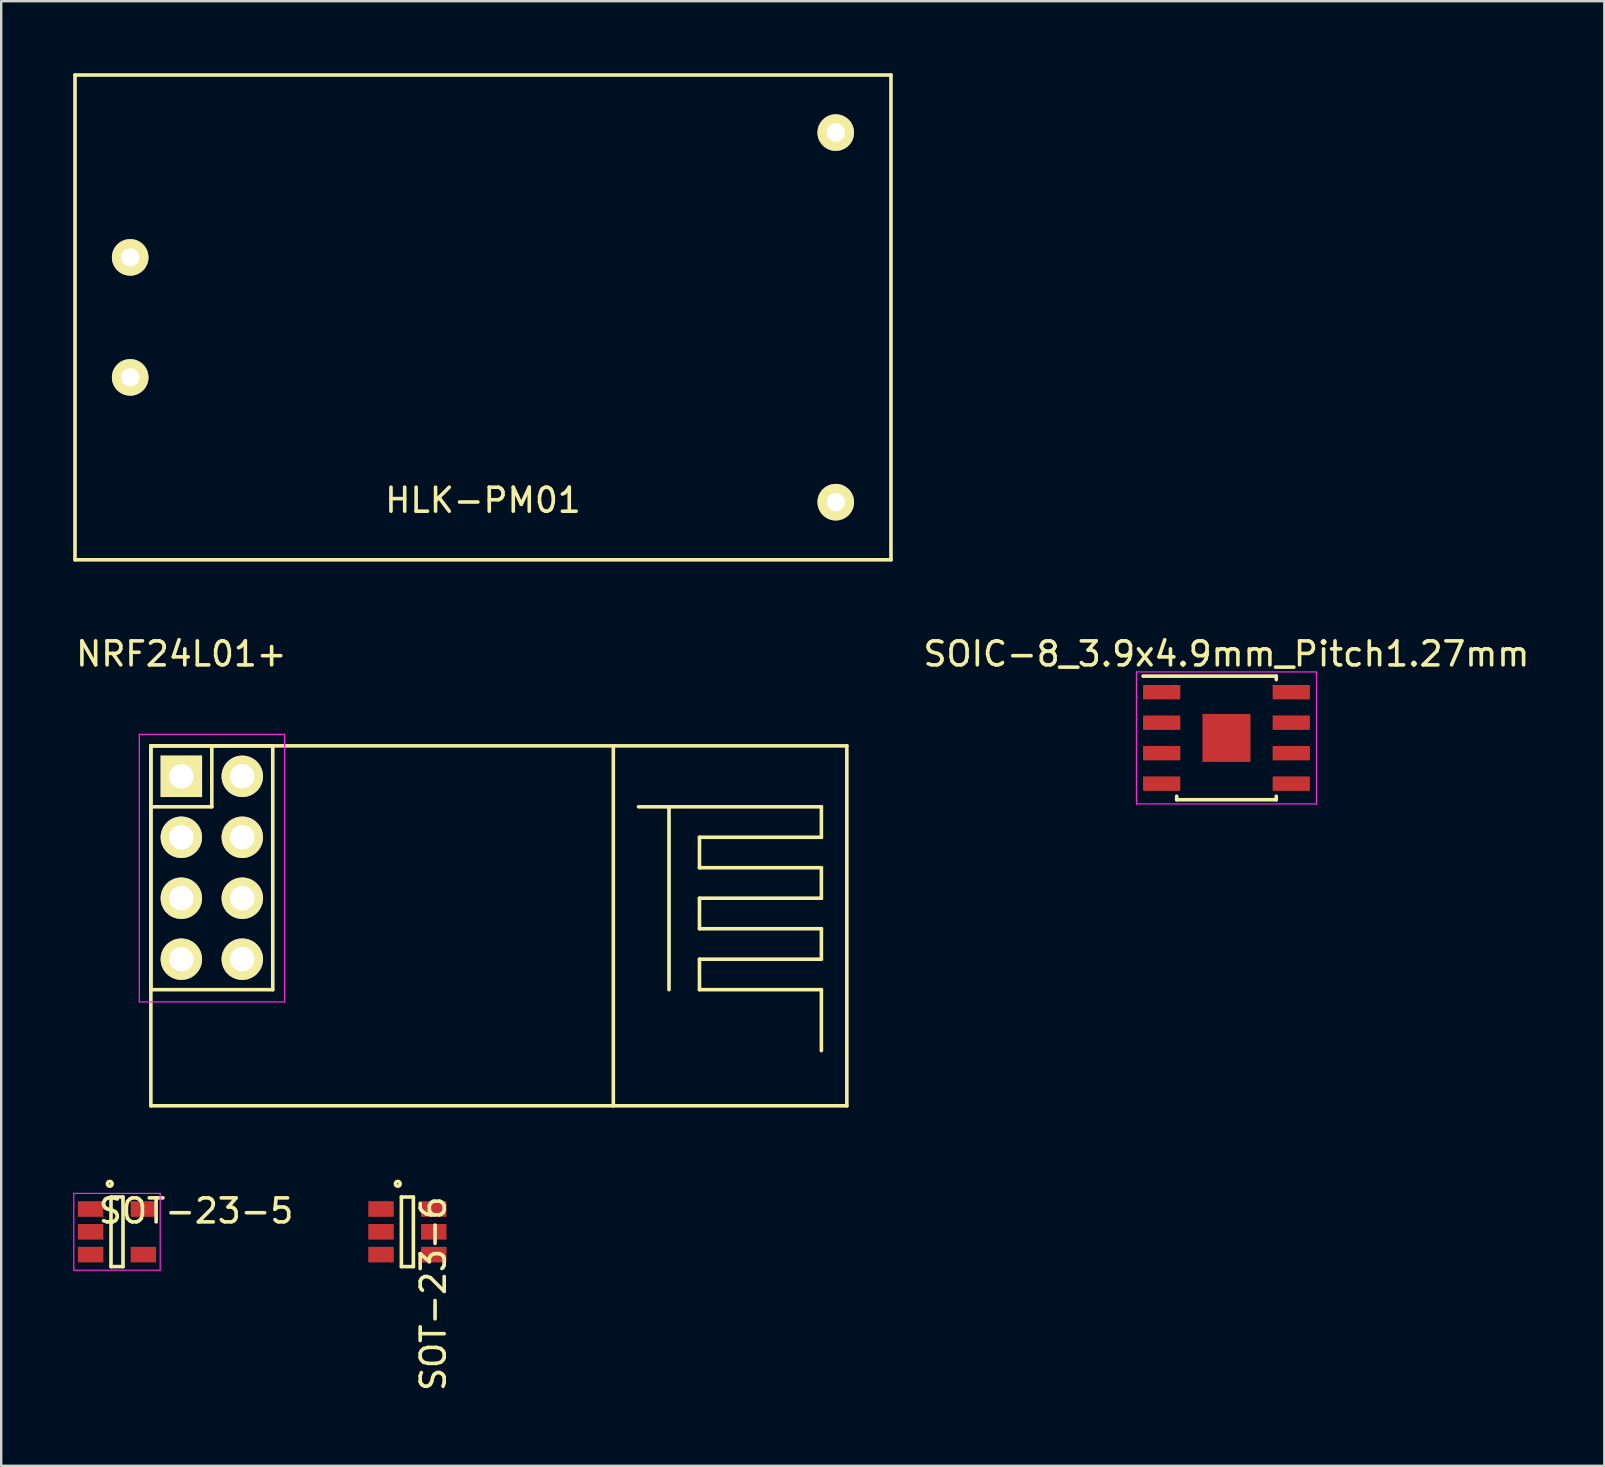
<source format=kicad_pcb>
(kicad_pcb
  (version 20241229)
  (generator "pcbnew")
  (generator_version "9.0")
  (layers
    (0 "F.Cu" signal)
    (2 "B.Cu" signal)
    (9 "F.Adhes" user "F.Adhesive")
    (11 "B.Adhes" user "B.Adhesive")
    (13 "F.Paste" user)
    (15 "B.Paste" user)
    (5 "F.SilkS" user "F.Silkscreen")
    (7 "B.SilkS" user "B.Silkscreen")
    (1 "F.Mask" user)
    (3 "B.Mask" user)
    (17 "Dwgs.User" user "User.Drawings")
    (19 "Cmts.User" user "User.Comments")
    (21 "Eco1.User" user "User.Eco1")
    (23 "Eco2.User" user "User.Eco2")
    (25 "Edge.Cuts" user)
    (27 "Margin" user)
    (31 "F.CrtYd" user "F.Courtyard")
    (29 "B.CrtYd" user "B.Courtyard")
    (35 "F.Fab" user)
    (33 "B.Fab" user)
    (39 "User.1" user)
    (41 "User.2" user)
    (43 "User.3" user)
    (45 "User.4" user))
  (footprint "HLK-PM01"
    (layer "F.Cu")
    (at 17.075 10.175)
    (property "Reference" "HLK-PM01" (at 0 7.62 0) (layer "F.SilkS") (effects (font (size 1 1) (thickness 0.15))))
    (attr through_hole)
    (fp_line (start -17 -10.1) (end -17 10.1) (stroke (width 0.15) (type solid)) (layer "F.SilkS"))
    (fp_line (start -17 -10.1) (end 17 -10.1) (stroke (width 0.15) (type solid)) (layer "F.SilkS"))
    (fp_line (start -17 10.1) (end 17 10.1) (stroke (width 0.15) (type solid)) (layer "F.SilkS"))
    (fp_line (start 17 -10.1) (end 17 10.1) (stroke (width 0.15) (type solid)) (layer "F.SilkS"))
    (pad "1" thru_hole circle (at -14.7 -2.5) (size 1.524 1.524) (drill 0.762) (layers "*.Cu" "*.Mask" "F.SilkS"))
    (pad "2" thru_hole circle (at -14.7 2.5) (size 1.524 1.524) (drill 0.762) (layers "*.Cu" "*.Mask" "F.SilkS"))
    (pad "3" thru_hole circle (at 14.7 -7.7) (size 1.524 1.524) (drill 0.762) (layers "*.Cu" "*.Mask" "F.SilkS"))
    (pad "4" thru_hole circle (at 14.7 7.7) (size 1.524 1.524) (drill 0.762) (layers "*.Cu" "*.Mask" "F.SilkS")))
  (footprint "SOIC-8_3.9x4.9mm_Pitch1.27mm"
    (layer "F.Cu")
    (at 48.055 27.698)
    (property "Reference" "SOIC-8_3.9x4.9mm_Pitch1.27mm" (at 0 -3.5 0) (layer "F.SilkS") (effects (font (size 1 1) (thickness 0.15))))
    (attr smd)
    (fp_line (start -3.475 -2.575) (end 2.075 -2.575) (stroke (width 0.15) (type solid)) (layer "F.SilkS"))
    (fp_line (start -2.075 2.575) (end -2.075 2.43) (stroke (width 0.15) (type solid)) (layer "F.SilkS"))
    (fp_line (start -2.075 2.575) (end 2.075 2.575) (stroke (width 0.15) (type solid)) (layer "F.SilkS"))
    (fp_line (start 2.075 -2.575) (end 2.075 -2.43) (stroke (width 0.15) (type solid)) (layer "F.SilkS"))
    (fp_line (start 2.075 2.575) (end 2.075 2.43) (stroke (width 0.15) (type solid)) (layer "F.SilkS"))
    (fp_line (start -3.75 -2.75) (end -3.75 2.75) (stroke (width 0.05) (type solid)) (layer "F.CrtYd"))
    (fp_line (start -3.75 -2.75) (end 3.75 -2.75) (stroke (width 0.05) (type solid)) (layer "F.CrtYd"))
    (fp_line (start -3.75 2.75) (end 3.75 2.75) (stroke (width 0.05) (type solid)) (layer "F.CrtYd"))
    (fp_line (start 3.75 -2.75) (end 3.75 2.75) (stroke (width 0.05) (type solid)) (layer "F.CrtYd"))
    (pad "1" smd rect (at -2.7 -1.905) (size 1.55 0.6) (layers "F.Cu" "F.Mask" "F.Paste"))
    (pad "2" smd rect (at -2.7 -0.635) (size 1.55 0.6) (layers "F.Cu" "F.Mask" "F.Paste"))
    (pad "3" smd rect (at -2.7 0.635) (size 1.55 0.6) (layers "F.Cu" "F.Mask" "F.Paste"))
    (pad "4" smd rect (at -2.7 1.905) (size 1.55 0.6) (layers "F.Cu" "F.Mask" "F.Paste"))
    (pad "4" smd rect (at 0 0) (size 2 2) (layers "F.Cu" "F.Mask" "F.Paste"))
    (pad "5" smd rect (at 2.7 1.905) (size 1.55 0.6) (layers "F.Cu" "F.Mask" "F.Paste"))
    (pad "6" smd rect (at 2.7 0.635) (size 1.55 0.6) (layers "F.Cu" "F.Mask" "F.Paste"))
    (pad "7" smd rect (at 2.7 -0.635) (size 1.55 0.6) (layers "F.Cu" "F.Mask" "F.Paste"))
    (pad "8" smd rect (at 2.7 -1.905) (size 1.55 0.6) (layers "F.Cu" "F.Mask" "F.Paste")))
  (footprint "NRF24L01+"
    (layer "F.Cu")
    (at 4.506 29.298)
    (property "Reference" "NRF24L01+" (at 0 -5.1 0) (layer "F.SilkS") (effects (font (size 1 1) (thickness 0.15))))
    (attr through_hole)
    (fp_line (start -1.27 -1.27) (end -1.27 13.73) (stroke (width 0.15) (type solid)) (layer "F.SilkS"))
    (fp_line (start -1.27 -1.27) (end 1.27 -1.27) (stroke (width 0.15) (type solid)) (layer "F.SilkS"))
    (fp_line (start -1.27 -1.27) (end 27.73 -1.27) (stroke (width 0.15) (type solid)) (layer "F.SilkS"))
    (fp_line (start -1.27 1.27) (end -1.27 -1.27) (stroke (width 0.15) (type solid)) (layer "F.SilkS"))
    (fp_line (start -1.27 1.27) (end -1.27 8.89) (stroke (width 0.15) (type solid)) (layer "F.SilkS"))
    (fp_line (start -1.27 8.89) (end 3.81 8.89) (stroke (width 0.15) (type solid)) (layer "F.SilkS"))
    (fp_line (start -1.27 13.73) (end 27.73 13.73) (stroke (width 0.15) (type solid)) (layer "F.SilkS"))
    (fp_line (start 1.27 -1.27) (end 1.27 1.27) (stroke (width 0.15) (type solid)) (layer "F.SilkS"))
    (fp_line (start 1.27 1.27) (end -1.27 1.27) (stroke (width 0.15) (type solid)) (layer "F.SilkS"))
    (fp_line (start 3.81 -1.27) (end 1.27 -1.27) (stroke (width 0.15) (type solid)) (layer "F.SilkS"))
    (fp_line (start 3.81 8.89) (end 3.81 -1.27) (stroke (width 0.15) (type solid)) (layer "F.SilkS"))
    (fp_line (start 18 -1.27) (end 18 13.73) (stroke (width 0.15) (type solid)) (layer "F.SilkS"))
    (fp_line (start 19.05 1.27) (end 26.67 1.27) (stroke (width 0.15) (type solid)) (layer "F.SilkS"))
    (fp_line (start 20.32 1.27) (end 20.32 8.89) (stroke (width 0.15) (type solid)) (layer "F.SilkS"))
    (fp_line (start 21.59 2.54) (end 21.59 3.81) (stroke (width 0.15) (type solid)) (layer "F.SilkS"))
    (fp_line (start 21.59 3.81) (end 26.67 3.81) (stroke (width 0.15) (type solid)) (layer "F.SilkS"))
    (fp_line (start 21.59 5.08) (end 21.59 6.35) (stroke (width 0.15) (type solid)) (layer "F.SilkS"))
    (fp_line (start 21.59 6.35) (end 26.67 6.35) (stroke (width 0.15) (type solid)) (layer "F.SilkS"))
    (fp_line (start 21.59 7.62) (end 21.59 8.89) (stroke (width 0.15) (type solid)) (layer "F.SilkS"))
    (fp_line (start 21.59 8.89) (end 26.67 8.89) (stroke (width 0.15) (type solid)) (layer "F.SilkS"))
    (fp_line (start 26.67 1.27) (end 26.67 2.54) (stroke (width 0.15) (type solid)) (layer "F.SilkS"))
    (fp_line (start 26.67 2.54) (end 21.59 2.54) (stroke (width 0.15) (type solid)) (layer "F.SilkS"))
    (fp_line (start 26.67 3.81) (end 26.67 5.08) (stroke (width 0.15) (type solid)) (layer "F.SilkS"))
    (fp_line (start 26.67 5.08) (end 21.59 5.08) (stroke (width 0.15) (type solid)) (layer "F.SilkS"))
    (fp_line (start 26.67 6.35) (end 26.67 7.62) (stroke (width 0.15) (type solid)) (layer "F.SilkS"))
    (fp_line (start 26.67 7.62) (end 21.59 7.62) (stroke (width 0.15) (type solid)) (layer "F.SilkS"))
    (fp_line (start 26.67 8.89) (end 26.67 11.43) (stroke (width 0.15) (type solid)) (layer "F.SilkS"))
    (fp_line (start 27.73 -1.27) (end 27.73 13.73) (stroke (width 0.15) (type solid)) (layer "F.SilkS"))
    (fp_line (start -1.75 -1.75) (end -1.75 9.4) (stroke (width 0.05) (type solid)) (layer "F.CrtYd"))
    (fp_line (start -1.75 -1.75) (end 4.3 -1.75) (stroke (width 0.05) (type solid)) (layer "F.CrtYd"))
    (fp_line (start -1.75 9.4) (end 4.3 9.4) (stroke (width 0.05) (type solid)) (layer "F.CrtYd"))
    (fp_line (start 4.3 -1.75) (end 4.3 9.4) (stroke (width 0.05) (type solid)) (layer "F.CrtYd"))
    (pad "1" thru_hole rect (at 0 0) (size 1.727 1.727) (drill 1.016) (layers "*.Cu" "*.Mask" "F.SilkS"))
    (pad "2" thru_hole oval (at 2.54 0) (size 1.727 1.727) (drill 1.016) (layers "*.Cu" "*.Mask" "F.SilkS"))
    (pad "3" thru_hole oval (at 0 2.54) (size 1.727 1.727) (drill 1.016) (layers "*.Cu" "*.Mask" "F.SilkS"))
    (pad "4" thru_hole oval (at 2.54 2.54) (size 1.727 1.727) (drill 1.016) (layers "*.Cu" "*.Mask" "F.SilkS"))
    (pad "5" thru_hole oval (at 0 5.08) (size 1.727 1.727) (drill 1.016) (layers "*.Cu" "*.Mask" "F.SilkS"))
    (pad "6" thru_hole oval (at 2.54 5.08) (size 1.727 1.727) (drill 1.016) (layers "*.Cu" "*.Mask" "F.SilkS"))
    (pad "7" thru_hole oval (at 0 7.62) (size 1.727 1.727) (drill 1.016) (layers "*.Cu" "*.Mask" "F.SilkS"))
    (pad "8" thru_hole oval (at 2.54 7.62) (size 1.727 1.727) (drill 1.016) (layers "*.Cu" "*.Mask" "F.SilkS")))
  (footprint "SOT-23-5"
    (layer "F.Cu")
    (at 1.825 48.278)
    (property "Reference" "SOT-23-5" (at 3.297 -0.869 0) (layer "F.SilkS") (effects (font (size 1 1) (thickness 0.15))))
    (attr smd)
    (fp_line (start -0.25 -1.45) (end -0.25 1.45) (stroke (width 0.15) (type solid)) (layer "F.SilkS"))
    (fp_line (start -0.25 1.45) (end 0.25 1.45) (stroke (width 0.15) (type solid)) (layer "F.SilkS"))
    (fp_line (start 0.25 -1.45) (end -0.25 -1.45) (stroke (width 0.15) (type solid)) (layer "F.SilkS"))
    (fp_line (start 0.25 1.45) (end 0.25 -1.45) (stroke (width 0.15) (type solid)) (layer "F.SilkS"))
    (fp_circle (center -0.3 -2) (end -0.2 -2) (stroke (width 0.15) (type solid)) (fill no) (layer "F.SilkS"))
    (fp_line (start -1.8 -1.6) (end 1.8 -1.6) (stroke (width 0.05) (type solid)) (layer "F.CrtYd"))
    (fp_line (start -1.8 1.6) (end -1.8 -1.6) (stroke (width 0.05) (type solid)) (layer "F.CrtYd"))
    (fp_line (start 1.8 -1.6) (end 1.8 1.6) (stroke (width 0.05) (type solid)) (layer "F.CrtYd"))
    (fp_line (start 1.8 1.6) (end -1.8 1.6) (stroke (width 0.05) (type solid)) (layer "F.CrtYd"))
    (pad "1" smd rect (at -1.1 -0.95) (size 1.06 0.65) (layers "F.Cu" "F.Mask" "F.Paste"))
    (pad "2" smd rect (at -1.1 0) (size 1.06 0.65) (layers "F.Cu" "F.Mask" "F.Paste"))
    (pad "3" smd rect (at -1.1 0.95) (size 1.06 0.65) (layers "F.Cu" "F.Mask" "F.Paste"))
    (pad "4" smd rect (at 1.1 0.95) (size 1.06 0.65) (layers "F.Cu" "F.Mask" "F.Paste"))
    (pad "5" smd rect (at 1.1 -0.95) (size 1.06 0.65) (layers "F.Cu" "F.Mask" "F.Paste")))
  (footprint "SOT-23-6"
    (layer "F.Cu")
    (at 13.925 48.278)
    (property "Reference" "SOT-23-6" (at 1.079 2.578 270) (layer "F.SilkS") (effects (font (size 1 1) (thickness 0.15))))
    (attr smd)
    (fp_line (start -0.25 -1.45) (end -0.25 1.45) (stroke (width 0.15) (type solid)) (layer "F.SilkS"))
    (fp_line (start -0.25 1.45) (end 0.25 1.45) (stroke (width 0.15) (type solid)) (layer "F.SilkS"))
    (fp_line (start 0.25 -1.45) (end -0.25 -1.45) (stroke (width 0.15) (type solid)) (layer "F.SilkS"))
    (fp_line (start 0.25 1.45) (end 0.25 -1.45) (stroke (width 0.15) (type solid)) (layer "F.SilkS"))
    (fp_circle (center -0.4 -2) (end -0.3 -2) (stroke (width 0.15) (type solid)) (fill no) (layer "F.SilkS"))
    (pad "1" smd rect (at -1.1 -0.95) (size 1.06 0.65) (layers "F.Cu" "F.Mask" "F.Paste"))
    (pad "2" smd rect (at -1.1 0) (size 1.06 0.65) (layers "F.Cu" "F.Mask" "F.Paste"))
    (pad "3" smd rect (at -1.1 0.95) (size 1.06 0.65) (layers "F.Cu" "F.Mask" "F.Paste"))
    (pad "4" smd rect (at 1.1 0.95) (size 1.06 0.65) (layers "F.Cu" "F.Mask" "F.Paste"))
    (pad "5" smd rect (at 1.1 0) (size 1.06 0.65) (layers "F.Cu" "F.Mask" "F.Paste"))
    (pad "6" smd rect (at 1.1 -0.95) (size 1.06 0.65) (layers "F.Cu" "F.Mask" "F.Paste")))
  (gr_rect
    (start -3 -3)
    (end 63.799 58.029)
    (stroke (width 0.1) (type default))
    (fill no)
    (layer "Edge.Cuts")))
</source>
